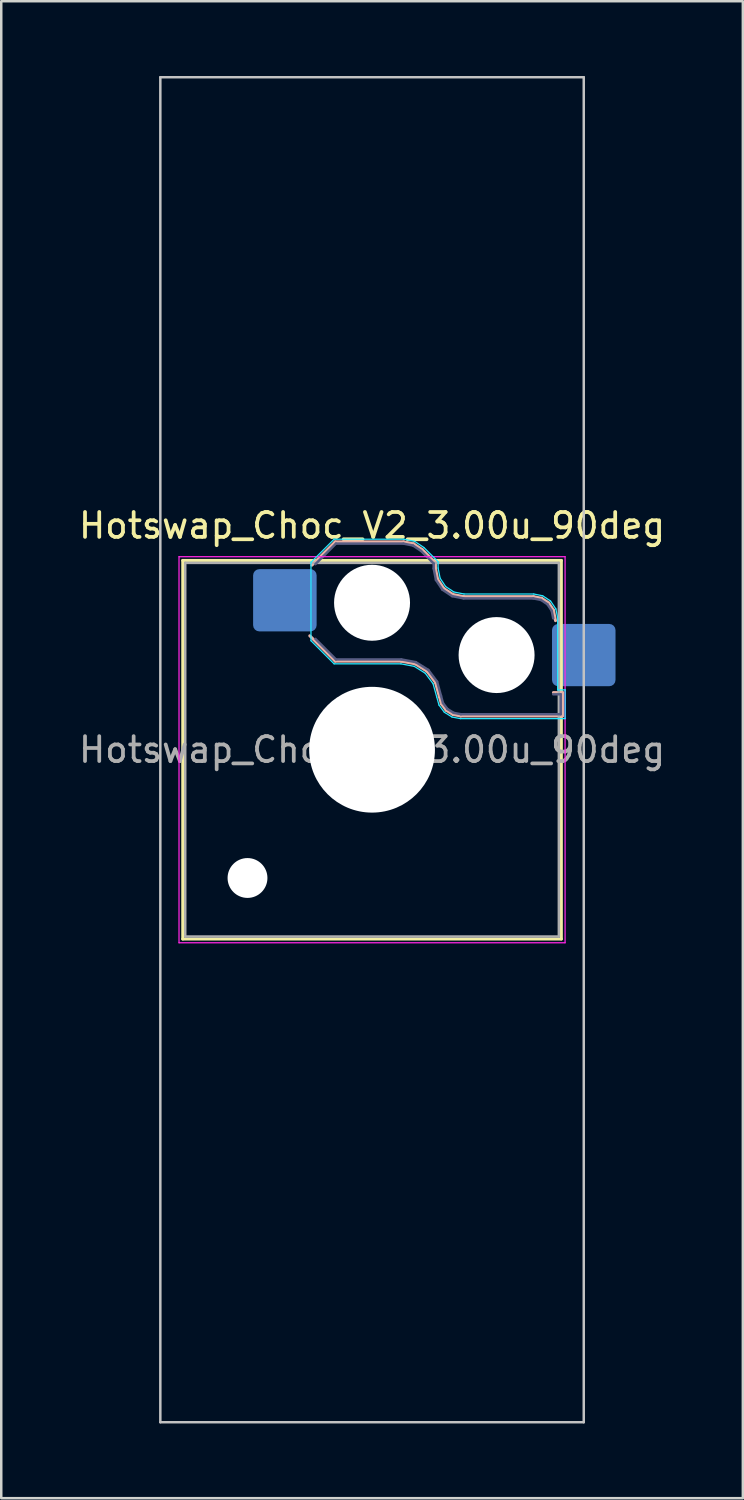
<source format=kicad_pcb>
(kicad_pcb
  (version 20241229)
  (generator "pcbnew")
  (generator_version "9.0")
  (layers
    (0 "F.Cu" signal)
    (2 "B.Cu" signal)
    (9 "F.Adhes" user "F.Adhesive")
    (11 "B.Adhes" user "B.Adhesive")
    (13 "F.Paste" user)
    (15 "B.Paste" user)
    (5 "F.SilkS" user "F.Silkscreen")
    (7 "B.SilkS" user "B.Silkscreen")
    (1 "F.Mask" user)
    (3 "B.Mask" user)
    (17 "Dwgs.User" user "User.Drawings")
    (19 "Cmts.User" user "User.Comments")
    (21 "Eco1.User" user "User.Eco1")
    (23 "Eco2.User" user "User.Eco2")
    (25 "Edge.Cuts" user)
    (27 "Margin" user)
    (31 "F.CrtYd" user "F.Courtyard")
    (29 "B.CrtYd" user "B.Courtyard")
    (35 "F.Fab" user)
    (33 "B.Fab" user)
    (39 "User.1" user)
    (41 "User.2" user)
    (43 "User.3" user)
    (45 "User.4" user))
  (footprint "Hotswap_Choc_V2_3.00u_90deg"
    (layer "F.Cu")
    (at 11.887 27.05)
    (property "Reference" "Hotswap_Choc_V2_3.00u_90deg" (at 0 -9 0) (layer "F.SilkS") (effects (font (size 1 1) (thickness 0.15))))
    (attr smd)
    (fp_line (start -7.6 -7.6) (end -7.6 7.6) (stroke (width 0.12) (type solid)) (layer "F.SilkS"))
    (fp_line (start -7.6 7.6) (end 7.6 7.6) (stroke (width 0.12) (type solid)) (layer "F.SilkS"))
    (fp_line (start 7.6 -7.6) (end -7.6 -7.6) (stroke (width 0.12) (type solid)) (layer "F.SilkS"))
    (fp_line (start 7.6 7.6) (end 7.6 -7.6) (stroke (width 0.12) (type solid)) (layer "F.SilkS"))
    (fp_line (start -2.416 -7.409) (end -1.479 -8.346) (stroke (width 0.12) (type solid)) (layer "B.SilkS"))
    (fp_line (start -1.479 -8.346) (end 1.268 -8.346) (stroke (width 0.12) (type solid)) (layer "B.SilkS"))
    (fp_line (start -1.479 -3.554) (end -2.5 -4.575) (stroke (width 0.12) (type solid)) (layer "B.SilkS"))
    (fp_line (start 1.168 -3.554) (end -1.479 -3.554) (stroke (width 0.12) (type solid)) (layer "B.SilkS"))
    (fp_line (start 1.268 -8.346) (end 1.671 -8.266) (stroke (width 0.12) (type solid)) (layer "B.SilkS"))
    (fp_line (start 1.671 -8.266) (end 2.013 -8.037) (stroke (width 0.12) (type solid)) (layer "B.SilkS"))
    (fp_line (start 1.73 -3.449) (end 1.168 -3.554) (stroke (width 0.12) (type solid)) (layer "B.SilkS"))
    (fp_line (start 2.013 -8.037) (end 2.546 -7.504) (stroke (width 0.12) (type solid)) (layer "B.SilkS"))
    (fp_line (start 2.209 -3.15) (end 1.73 -3.449) (stroke (width 0.12) (type solid)) (layer "B.SilkS"))
    (fp_line (start 2.546 -7.504) (end 2.546 -7.282) (stroke (width 0.12) (type solid)) (layer "B.SilkS"))
    (fp_line (start 2.546 -7.282) (end 2.633 -6.844) (stroke (width 0.12) (type solid)) (layer "B.SilkS"))
    (fp_line (start 2.547 -2.697) (end 2.209 -3.15) (stroke (width 0.12) (type solid)) (layer "B.SilkS"))
    (fp_line (start 2.633 -6.844) (end 2.877 -6.477) (stroke (width 0.12) (type solid)) (layer "B.SilkS"))
    (fp_line (start 2.701 -2.139) (end 2.547 -2.697) (stroke (width 0.12) (type solid)) (layer "B.SilkS"))
    (fp_line (start 2.783 -1.841) (end 2.701 -2.139) (stroke (width 0.12) (type solid)) (layer "B.SilkS"))
    (fp_line (start 2.877 -6.477) (end 3.244 -6.233) (stroke (width 0.12) (type solid)) (layer "B.SilkS"))
    (fp_line (start 2.976 -1.583) (end 2.783 -1.841) (stroke (width 0.12) (type solid)) (layer "B.SilkS"))
    (fp_line (start 3.244 -6.233) (end 3.682 -6.146) (stroke (width 0.12) (type solid)) (layer "B.SilkS"))
    (fp_line (start 3.25 -1.413) (end 2.976 -1.583) (stroke (width 0.12) (type solid)) (layer "B.SilkS"))
    (fp_line (start 3.56 -1.354) (end 3.25 -1.413) (stroke (width 0.12) (type solid)) (layer "B.SilkS"))
    (fp_line (start 3.682 -6.146) (end 6.482 -6.146) (stroke (width 0.12) (type solid)) (layer "B.SilkS"))
    (fp_line (start 6.482 -6.146) (end 6.809 -6.081) (stroke (width 0.12) (type solid)) (layer "B.SilkS"))
    (fp_line (start 6.809 -6.081) (end 7.092 -5.892) (stroke (width 0.12) (type solid)) (layer "B.SilkS"))
    (fp_line (start 7.092 -5.892) (end 7.281 -5.609) (stroke (width 0.12) (type solid)) (layer "B.SilkS"))
    (fp_line (start 7.281 -5.609) (end 7.366 -5.182) (stroke (width 0.12) (type solid)) (layer "B.SilkS"))
    (fp_line (start 7.283 -2.296) (end 7.646 -2.296) (stroke (width 0.12) (type solid)) (layer "B.SilkS"))
    (fp_line (start 7.646 -2.296) (end 7.646 -1.354) (stroke (width 0.12) (type solid)) (layer "B.SilkS"))
    (fp_line (start 7.646 -1.354) (end 3.56 -1.354) (stroke (width 0.12) (type solid)) (layer "B.SilkS"))
    (fp_line (start -8.5 -27) (end 8.5 -27) (stroke (width 0.1) (type solid)) (layer "Dwgs.User"))
    (fp_line (start -8.5 27) (end -8.5 -27) (stroke (width 0.1) (type solid)) (layer "Dwgs.User"))
    (fp_line (start 8.5 -27) (end 8.5 27) (stroke (width 0.1) (type solid)) (layer "Dwgs.User"))
    (fp_line (start 8.5 27) (end -8.5 27) (stroke (width 0.1) (type solid)) (layer "Dwgs.User"))
    (fp_line (start -7.25 -7.25) (end -7.25 7.25) (stroke (width 0.1) (type solid)) (layer "Eco1.User"))
    (fp_line (start -7.25 7.25) (end 7.25 7.25) (stroke (width 0.1) (type solid)) (layer "Eco1.User"))
    (fp_line (start 7.25 -7.25) (end -7.25 -7.25) (stroke (width 0.1) (type solid)) (layer "Eco1.User"))
    (fp_line (start 7.25 7.25) (end 7.25 -7.25) (stroke (width 0.1) (type solid)) (layer "Eco1.User"))
    (fp_line (start -2.452 -7.523) (end -1.523 -8.452) (stroke (width 0.05) (type solid)) (layer "B.CrtYd"))
    (fp_line (start -2.452 -4.377) (end -2.452 -7.523) (stroke (width 0.05) (type solid)) (layer "B.CrtYd"))
    (fp_line (start -1.523 -8.452) (end 1.278 -8.452) (stroke (width 0.05) (type solid)) (layer "B.CrtYd"))
    (fp_line (start -1.523 -3.448) (end -2.452 -4.377) (stroke (width 0.05) (type solid)) (layer "B.CrtYd"))
    (fp_line (start 1.159 -3.448) (end -1.523 -3.448) (stroke (width 0.05) (type solid)) (layer "B.CrtYd"))
    (fp_line (start 1.278 -8.452) (end 1.712 -8.366) (stroke (width 0.05) (type solid)) (layer "B.CrtYd"))
    (fp_line (start 1.691 -3.348) (end 1.159 -3.448) (stroke (width 0.05) (type solid)) (layer "B.CrtYd"))
    (fp_line (start 1.712 -8.366) (end 2.081 -8.119) (stroke (width 0.05) (type solid)) (layer "B.CrtYd"))
    (fp_line (start 2.081 -8.119) (end 2.652 -7.548) (stroke (width 0.05) (type solid)) (layer "B.CrtYd"))
    (fp_line (start 2.136 -3.071) (end 1.691 -3.348) (stroke (width 0.05) (type solid)) (layer "B.CrtYd"))
    (fp_line (start 2.45 -2.65) (end 2.136 -3.071) (stroke (width 0.05) (type solid)) (layer "B.CrtYd"))
    (fp_line (start 2.599 -2.111) (end 2.45 -2.65) (stroke (width 0.05) (type solid)) (layer "B.CrtYd"))
    (fp_line (start 2.652 -7.548) (end 2.652 -7.292) (stroke (width 0.05) (type solid)) (layer "B.CrtYd"))
    (fp_line (start 2.652 -7.292) (end 2.733 -6.885) (stroke (width 0.05) (type solid)) (layer "B.CrtYd"))
    (fp_line (start 2.687 -1.794) (end 2.599 -2.111) (stroke (width 0.05) (type solid)) (layer "B.CrtYd"))
    (fp_line (start 2.733 -6.885) (end 2.953 -6.553) (stroke (width 0.05) (type solid)) (layer "B.CrtYd"))
    (fp_line (start 2.903 -1.503) (end 2.687 -1.794) (stroke (width 0.05) (type solid)) (layer "B.CrtYd"))
    (fp_line (start 2.953 -6.553) (end 3.285 -6.333) (stroke (width 0.05) (type solid)) (layer "B.CrtYd"))
    (fp_line (start 3.211 -1.312) (end 2.903 -1.503) (stroke (width 0.05) (type solid)) (layer "B.CrtYd"))
    (fp_line (start 3.285 -6.333) (end 3.692 -6.252) (stroke (width 0.05) (type solid)) (layer "B.CrtYd"))
    (fp_line (start 3.55 -1.248) (end 3.211 -1.312) (stroke (width 0.05) (type solid)) (layer "B.CrtYd"))
    (fp_line (start 3.692 -6.252) (end 6.492 -6.252) (stroke (width 0.05) (type solid)) (layer "B.CrtYd"))
    (fp_line (start 6.492 -6.252) (end 6.85 -6.181) (stroke (width 0.05) (type solid)) (layer "B.CrtYd"))
    (fp_line (start 6.85 -6.181) (end 7.168 -5.968) (stroke (width 0.05) (type solid)) (layer "B.CrtYd"))
    (fp_line (start 7.168 -5.968) (end 7.381 -5.65) (stroke (width 0.05) (type solid)) (layer "B.CrtYd"))
    (fp_line (start 7.381 -5.65) (end 7.452 -5.292) (stroke (width 0.05) (type solid)) (layer "B.CrtYd"))
    (fp_line (start 7.452 -5.292) (end 7.452 -2.402) (stroke (width 0.05) (type solid)) (layer "B.CrtYd"))
    (fp_line (start 7.452 -2.402) (end 7.752 -2.402) (stroke (width 0.05) (type solid)) (layer "B.CrtYd"))
    (fp_line (start 7.752 -2.402) (end 7.752 -1.248) (stroke (width 0.05) (type solid)) (layer "B.CrtYd"))
    (fp_line (start 7.752 -1.248) (end 3.55 -1.248) (stroke (width 0.05) (type solid)) (layer "B.CrtYd"))
    (fp_line (start -7.75 -7.75) (end -7.75 7.75) (stroke (width 0.05) (type solid)) (layer "F.CrtYd"))
    (fp_line (start -7.75 7.75) (end 7.75 7.75) (stroke (width 0.05) (type solid)) (layer "F.CrtYd"))
    (fp_line (start 7.75 -7.75) (end -7.75 -7.75) (stroke (width 0.05) (type solid)) (layer "F.CrtYd"))
    (fp_line (start 7.75 7.75) (end 7.75 -7.75) (stroke (width 0.05) (type solid)) (layer "F.CrtYd"))
    (fp_line (start -2.275 -7.45) (end -1.45 -8.275) (stroke (width 0.1) (type solid)) (layer "B.Fab"))
    (fp_line (start -1.45 -8.275) (end 1.261 -8.275) (stroke (width 0.1) (type solid)) (layer "B.Fab"))
    (fp_line (start -1.45 -3.625) (end -2.275 -4.45) (stroke (width 0.1) (type solid)) (layer "B.Fab"))
    (fp_line (start 1.175 -3.625) (end -1.45 -3.625) (stroke (width 0.1) (type solid)) (layer "B.Fab"))
    (fp_line (start 1.261 -8.275) (end 1.643 -8.199) (stroke (width 0.1) (type solid)) (layer "B.Fab"))
    (fp_line (start 1.643 -8.199) (end 1.968 -7.982) (stroke (width 0.1) (type solid)) (layer "B.Fab"))
    (fp_line (start 1.756 -3.516) (end 1.175 -3.625) (stroke (width 0.1) (type solid)) (layer "B.Fab"))
    (fp_line (start 1.968 -7.982) (end 2.475 -7.475) (stroke (width 0.1) (type solid)) (layer "B.Fab"))
    (fp_line (start 2.258 -3.203) (end 1.756 -3.516) (stroke (width 0.1) (type solid)) (layer "B.Fab"))
    (fp_line (start 2.475 -7.475) (end 2.475 -7.275) (stroke (width 0.1) (type solid)) (layer "B.Fab"))
    (fp_line (start 2.475 -7.275) (end 2.566 -6.816) (stroke (width 0.1) (type solid)) (layer "B.Fab"))
    (fp_line (start 2.566 -6.816) (end 2.826 -6.426) (stroke (width 0.1) (type solid)) (layer "B.Fab"))
    (fp_line (start 2.612 -2.729) (end 2.258 -3.203) (stroke (width 0.1) (type solid)) (layer "B.Fab"))
    (fp_line (start 2.769 -2.158) (end 2.612 -2.729) (stroke (width 0.1) (type solid)) (layer "B.Fab"))
    (fp_line (start 2.826 -6.426) (end 3.216 -6.166) (stroke (width 0.1) (type solid)) (layer "B.Fab"))
    (fp_line (start 2.848 -1.873) (end 2.769 -2.158) (stroke (width 0.1) (type solid)) (layer "B.Fab"))
    (fp_line (start 3.025 -1.636) (end 2.848 -1.873) (stroke (width 0.1) (type solid)) (layer "B.Fab"))
    (fp_line (start 3.216 -6.166) (end 3.675 -6.075) (stroke (width 0.1) (type solid)) (layer "B.Fab"))
    (fp_line (start 3.276 -1.48) (end 3.025 -1.636) (stroke (width 0.1) (type solid)) (layer "B.Fab"))
    (fp_line (start 3.567 -1.425) (end 3.276 -1.48) (stroke (width 0.1) (type solid)) (layer "B.Fab"))
    (fp_line (start 3.675 -6.075) (end 6.475 -6.075) (stroke (width 0.1) (type solid)) (layer "B.Fab"))
    (fp_line (start 6.475 -6.075) (end 6.781 -6.014) (stroke (width 0.1) (type solid)) (layer "B.Fab"))
    (fp_line (start 6.781 -6.014) (end 7.041 -5.841) (stroke (width 0.1) (type solid)) (layer "B.Fab"))
    (fp_line (start 7.041 -5.841) (end 7.214 -5.581) (stroke (width 0.1) (type solid)) (layer "B.Fab"))
    (fp_line (start 7.214 -5.581) (end 7.275 -5.275) (stroke (width 0.1) (type solid)) (layer "B.Fab"))
    (fp_line (start 7.275 -2.225) (end 7.575 -2.225) (stroke (width 0.1) (type solid)) (layer "B.Fab"))
    (fp_line (start 7.575 -2.225) (end 7.575 -1.425) (stroke (width 0.1) (type solid)) (layer "B.Fab"))
    (fp_line (start 7.575 -1.425) (end 3.567 -1.425) (stroke (width 0.1) (type solid)) (layer "B.Fab"))
    (fp_line (start -7.5 -7.5) (end -7.5 7.5) (stroke (width 0.1) (type solid)) (layer "F.Fab"))
    (fp_line (start -7.5 7.5) (end 7.5 7.5) (stroke (width 0.1) (type solid)) (layer "F.Fab"))
    (fp_line (start 7.5 -7.5) (end -7.5 -7.5) (stroke (width 0.1) (type solid)) (layer "F.Fab"))
    (fp_line (start 7.5 7.5) (end 7.5 -7.5) (stroke (width 0.1) (type solid)) (layer "F.Fab"))
    (fp_text user "${REFERENCE}" (at 0 0 0) (layer "F.Fab") (effects (font (size 1 1) (thickness 0.15))))
    (pad "" np_thru_hole circle (at -5 5.15) (size 1.6 1.6) (drill 1.6) (layers "*.Cu" "*.Mask"))
    (pad "" np_thru_hole circle (at 0 -5.9) (size 3.05 3.05) (drill 3.05) (layers "*.Cu" "*.Mask"))
    (pad "" np_thru_hole circle (at 0 0) (size 5.05 5.05) (drill 5.05) (layers "*.Cu" "*.Mask"))
    (pad "" np_thru_hole circle (at 5 -3.8) (size 3.05 3.05) (drill 3.05) (layers "*.Cu" "*.Mask"))
    (pad "1" smd roundrect (at -3.5 -6) (size 2.55 2.5) (layers "B.Cu" "B.Mask" "B.Paste") (roundrect_rratio 0.1))
    (pad "2" smd roundrect (at 8.5 -3.8) (size 2.55 2.5) (layers "B.Cu" "B.Mask" "B.Paste") (roundrect_rratio 0.1)))
  (gr_rect
    (start -3 -3)
    (end 26.774 57.1)
    (stroke (width 0.1) (type default))
    (fill no)
    (layer "Edge.Cuts")))
</source>
